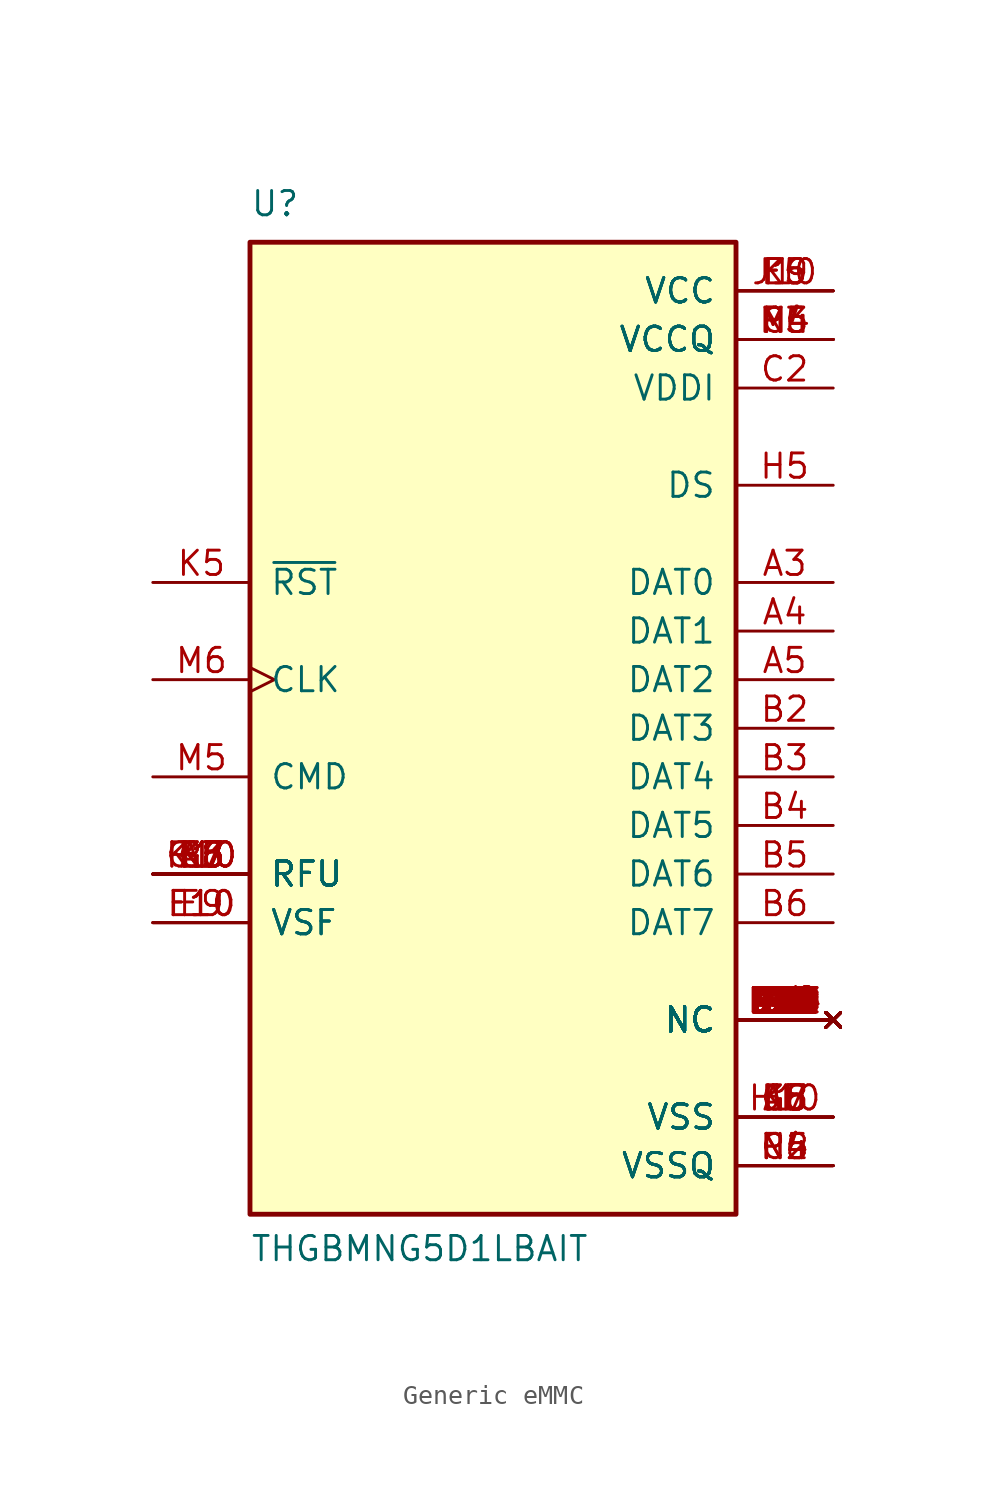
<source format=kicad_sym>
(kicad_symbol_lib
  (version 20231120)
  (generator "kicad_symbol_editor")
  (generator_version "8.0")
  (symbol "Generic eMMC"
    (pin_names
      (offset 1.016))
    (property "Reference" "U"
      (at -12.7 26.67 0)
      (effects (font (size 1.27 1.27)) (justify left bottom)))
    (property "Value" "THGBMNG5D1LBAIT"
      (at -12.7 -27.94 0)
      (effects (font (size 1.27 1.27)) (justify left bottom)))
    (symbol "Generic eMMC_0_0"
      (rectangle (start -12.7 -25.4) (end 12.7 25.4) (stroke (width 0.254) (type default)) (fill (type background)))
      (pin no_connect line (at 17.78 -15.24 180) (length 5.08) (name "NC" (effects (font (size 1.27 1.27)))) (number "A1" (effects (font (size 1.27 1.27)))))
      (pin no_connect line (at 17.78 -15.24 180) (length 5.08) (name "NC" (effects (font (size 1.27 1.27)))) (number "A10" (effects (font (size 1.27 1.27)))))
      (pin no_connect line (at 17.78 -15.24 180) (length 5.08) (name "NC" (effects (font (size 1.27 1.27)))) (number "A11" (effects (font (size 1.27 1.27)))))
      (pin no_connect line (at 17.78 -15.24 180) (length 5.08) (name "NC" (effects (font (size 1.27 1.27)))) (number "A12" (effects (font (size 1.27 1.27)))))
      (pin no_connect line (at 17.78 -15.24 180) (length 5.08) (name "NC" (effects (font (size 1.27 1.27)))) (number "A13" (effects (font (size 1.27 1.27)))))
      (pin no_connect line (at 17.78 -15.24 180) (length 5.08) (name "NC" (effects (font (size 1.27 1.27)))) (number "A14" (effects (font (size 1.27 1.27)))))
      (pin no_connect line (at 17.78 -15.24 180) (length 5.08) (name "NC" (effects (font (size 1.27 1.27)))) (number "A2" (effects (font (size 1.27 1.27)))))
      (pin bidirectional line (at 17.78 7.62 180) (length 5.08) (name "DAT0" (effects (font (size 1.27 1.27)))) (number "A3" (effects (font (size 1.27 1.27)))))
      (pin bidirectional line (at 17.78 5.08 180) (length 5.08) (name "DAT1" (effects (font (size 1.27 1.27)))) (number "A4" (effects (font (size 1.27 1.27)))))
      (pin bidirectional line (at 17.78 2.54 180) (length 5.08) (name "DAT2" (effects (font (size 1.27 1.27)))) (number "A5" (effects (font (size 1.27 1.27)))))
      (pin power_in line (at 17.78 -20.32 180) (length 5.08) (name "VSS" (effects (font (size 1.27 1.27)))) (number "A6" (effects (font (size 1.27 1.27)))))
      (pin passive line (at -17.78 -7.62 0) (length 5.08) (name "RFU" (effects (font (size 1.27 1.27)))) (number "A7" (effects (font (size 1.27 1.27)))))
      (pin no_connect line (at 17.78 -15.24 180) (length 5.08) (name "NC" (effects (font (size 1.27 1.27)))) (number "A8" (effects (font (size 1.27 1.27)))))
      (pin no_connect line (at 17.78 -15.24 180) (length 5.08) (name "NC" (effects (font (size 1.27 1.27)))) (number "A9" (effects (font (size 1.27 1.27)))))
      (pin no_connect line (at 17.78 -15.24 180) (length 5.08) (name "NC" (effects (font (size 1.27 1.27)))) (number "B1" (effects (font (size 1.27 1.27)))))
      (pin no_connect line (at 17.78 -15.24 180) (length 5.08) (name "NC" (effects (font (size 1.27 1.27)))) (number "B10" (effects (font (size 1.27 1.27)))))
      (pin no_connect line (at 17.78 -15.24 180) (length 5.08) (name "NC" (effects (font (size 1.27 1.27)))) (number "B11" (effects (font (size 1.27 1.27)))))
      (pin no_connect line (at 17.78 -15.24 180) (length 5.08) (name "NC" (effects (font (size 1.27 1.27)))) (number "B12" (effects (font (size 1.27 1.27)))))
      (pin no_connect line (at 17.78 -15.24 180) (length 5.08) (name "NC" (effects (font (size 1.27 1.27)))) (number "B13" (effects (font (size 1.27 1.27)))))
      (pin no_connect line (at 17.78 -15.24 180) (length 5.08) (name "NC" (effects (font (size 1.27 1.27)))) (number "B14" (effects (font (size 1.27 1.27)))))
      (pin bidirectional line (at 17.78 0 180) (length 5.08) (name "DAT3" (effects (font (size 1.27 1.27)))) (number "B2" (effects (font (size 1.27 1.27)))))
      (pin bidirectional line (at 17.78 -2.54 180) (length 5.08) (name "DAT4" (effects (font (size 1.27 1.27)))) (number "B3" (effects (font (size 1.27 1.27)))))
      (pin bidirectional line (at 17.78 -5.08 180) (length 5.08) (name "DAT5" (effects (font (size 1.27 1.27)))) (number "B4" (effects (font (size 1.27 1.27)))))
      (pin bidirectional line (at 17.78 -7.62 180) (length 5.08) (name "DAT6" (effects (font (size 1.27 1.27)))) (number "B5" (effects (font (size 1.27 1.27)))))
      (pin no_connect line (at 17.78 -15.24 180) (length 5.08) (name "NC" (effects (font (size 1.27 1.27)))) (number "B7" (effects (font (size 1.27 1.27)))))
      (pin no_connect line (at 17.78 -15.24 180) (length 5.08) (name "NC" (effects (font (size 1.27 1.27)))) (number "B8" (effects (font (size 1.27 1.27)))))
      (pin no_connect line (at 17.78 -15.24 180) (length 5.08) (name "NC" (effects (font (size 1.27 1.27)))) (number "B9" (effects (font (size 1.27 1.27)))))
      (pin no_connect line (at 17.78 -15.24 180) (length 5.08) (name "NC" (effects (font (size 1.27 1.27)))) (number "C1" (effects (font (size 1.27 1.27)))))
      (pin no_connect line (at 17.78 -15.24 180) (length 5.08) (name "NC" (effects (font (size 1.27 1.27)))) (number "C10" (effects (font (size 1.27 1.27)))))
      (pin no_connect line (at 17.78 -15.24 180) (length 5.08) (name "NC" (effects (font (size 1.27 1.27)))) (number "C11" (effects (font (size 1.27 1.27)))))
      (pin no_connect line (at 17.78 -15.24 180) (length 5.08) (name "NC" (effects (font (size 1.27 1.27)))) (number "C12" (effects (font (size 1.27 1.27)))))
      (pin no_connect line (at 17.78 -15.24 180) (length 5.08) (name "NC" (effects (font (size 1.27 1.27)))) (number "C13" (effects (font (size 1.27 1.27)))))
      (pin no_connect line (at 17.78 -15.24 180) (length 5.08) (name "NC" (effects (font (size 1.27 1.27)))) (number "C14" (effects (font (size 1.27 1.27)))))
      (pin power_in line (at 17.78 17.78 180) (length 5.08) (name "VDDI" (effects (font (size 1.27 1.27)))) (number "C2" (effects (font (size 1.27 1.27)))))
      (pin no_connect line (at 17.78 -15.24 180) (length 5.08) (name "NC" (effects (font (size 1.27 1.27)))) (number "C3" (effects (font (size 1.27 1.27)))))
      (pin power_in line (at 17.78 -22.86 180) (length 5.08) (name "VSSQ" (effects (font (size 1.27 1.27)))) (number "C4" (effects (font (size 1.27 1.27)))))
      (pin no_connect line (at 17.78 -15.24 180) (length 5.08) (name "NC" (effects (font (size 1.27 1.27)))) (number "C5" (effects (font (size 1.27 1.27)))))
      (pin power_in line (at 17.78 20.32 180) (length 5.08) (name "VCCQ" (effects (font (size 1.27 1.27)))) (number "C6" (effects (font (size 1.27 1.27)))))
      (pin no_connect line (at 17.78 -15.24 180) (length 5.08) (name "NC" (effects (font (size 1.27 1.27)))) (number "C7" (effects (font (size 1.27 1.27)))))
      (pin no_connect line (at 17.78 -15.24 180) (length 5.08) (name "NC" (effects (font (size 1.27 1.27)))) (number "C8" (effects (font (size 1.27 1.27)))))
      (pin no_connect line (at 17.78 -15.24 180) (length 5.08) (name "NC" (effects (font (size 1.27 1.27)))) (number "C9" (effects (font (size 1.27 1.27)))))
      (pin no_connect line (at 17.78 -15.24 180) (length 5.08) (name "NC" (effects (font (size 1.27 1.27)))) (number "D1" (effects (font (size 1.27 1.27)))))
      (pin no_connect line (at 17.78 -15.24 180) (length 5.08) (name "NC" (effects (font (size 1.27 1.27)))) (number "D12" (effects (font (size 1.27 1.27)))))
      (pin no_connect line (at 17.78 -15.24 180) (length 5.08) (name "NC" (effects (font (size 1.27 1.27)))) (number "D13" (effects (font (size 1.27 1.27)))))
      (pin no_connect line (at 17.78 -15.24 180) (length 5.08) (name "NC" (effects (font (size 1.27 1.27)))) (number "D14" (effects (font (size 1.27 1.27)))))
      (pin no_connect line (at 17.78 -15.24 180) (length 5.08) (name "NC" (effects (font (size 1.27 1.27)))) (number "D2" (effects (font (size 1.27 1.27)))))
      (pin no_connect line (at 17.78 -15.24 180) (length 5.08) (name "NC" (effects (font (size 1.27 1.27)))) (number "D3" (effects (font (size 1.27 1.27)))))
      (pin no_connect line (at 17.78 -15.24 180) (length 5.08) (name "NC" (effects (font (size 1.27 1.27)))) (number "D4" (effects (font (size 1.27 1.27)))))
      (pin no_connect line (at 17.78 -15.24 180) (length 5.08) (name "NC" (effects (font (size 1.27 1.27)))) (number "E1" (effects (font (size 1.27 1.27)))))
      (pin passive line (at -17.78 -10.16 0) (length 5.08) (name "VSF" (effects (font (size 1.27 1.27)))) (number "E10" (effects (font (size 1.27 1.27)))))
      (pin no_connect line (at 17.78 -15.24 180) (length 5.08) (name "NC" (effects (font (size 1.27 1.27)))) (number "E12" (effects (font (size 1.27 1.27)))))
      (pin no_connect line (at 17.78 -15.24 180) (length 5.08) (name "NC" (effects (font (size 1.27 1.27)))) (number "E13" (effects (font (size 1.27 1.27)))))
      (pin no_connect line (at 17.78 -15.24 180) (length 5.08) (name "NC" (effects (font (size 1.27 1.27)))) (number "E14" (effects (font (size 1.27 1.27)))))
      (pin no_connect line (at 17.78 -15.24 180) (length 5.08) (name "NC" (effects (font (size 1.27 1.27)))) (number "E2" (effects (font (size 1.27 1.27)))))
      (pin no_connect line (at 17.78 -15.24 180) (length 5.08) (name "NC" (effects (font (size 1.27 1.27)))) (number "E3" (effects (font (size 1.27 1.27)))))
      (pin passive line (at -17.78 -7.62 0) (length 5.08) (name "RFU" (effects (font (size 1.27 1.27)))) (number "E5" (effects (font (size 1.27 1.27)))))
      (pin power_in line (at 17.78 22.86 180) (length 5.08) (name "VCC" (effects (font (size 1.27 1.27)))) (number "E6" (effects (font (size 1.27 1.27)))))
      (pin power_in line (at 17.78 -20.32 180) (length 5.08) (name "VSS" (effects (font (size 1.27 1.27)))) (number "E7" (effects (font (size 1.27 1.27)))))
      (pin passive line (at -17.78 -7.62 0) (length 5.08) (name "RFU" (effects (font (size 1.27 1.27)))) (number "E8" (effects (font (size 1.27 1.27)))))
      (pin passive line (at -17.78 -10.16 0) (length 5.08) (name "VSF" (effects (font (size 1.27 1.27)))) (number "E9" (effects (font (size 1.27 1.27)))))
      (pin no_connect line (at 17.78 -15.24 180) (length 5.08) (name "NC" (effects (font (size 1.27 1.27)))) (number "F1" (effects (font (size 1.27 1.27)))))
      (pin passive line (at -17.78 -10.16 0) (length 5.08) (name "VSF" (effects (font (size 1.27 1.27)))) (number "F10" (effects (font (size 1.27 1.27)))))
      (pin no_connect line (at 17.78 -15.24 180) (length 5.08) (name "NC" (effects (font (size 1.27 1.27)))) (number "F12" (effects (font (size 1.27 1.27)))))
      (pin no_connect line (at 17.78 -15.24 180) (length 5.08) (name "NC" (effects (font (size 1.27 1.27)))) (number "F13" (effects (font (size 1.27 1.27)))))
      (pin no_connect line (at 17.78 -15.24 180) (length 5.08) (name "NC" (effects (font (size 1.27 1.27)))) (number "F14" (effects (font (size 1.27 1.27)))))
      (pin no_connect line (at 17.78 -15.24 180) (length 5.08) (name "NC" (effects (font (size 1.27 1.27)))) (number "F2" (effects (font (size 1.27 1.27)))))
      (pin no_connect line (at 17.78 -15.24 180) (length 5.08) (name "NC" (effects (font (size 1.27 1.27)))) (number "F3" (effects (font (size 1.27 1.27)))))
      (pin power_in line (at 17.78 22.86 180) (length 5.08) (name "VCC" (effects (font (size 1.27 1.27)))) (number "F5" (effects (font (size 1.27 1.27)))))
      (pin no_connect line (at 17.78 -15.24 180) (length 5.08) (name "NC" (effects (font (size 1.27 1.27)))) (number "G1" (effects (font (size 1.27 1.27)))))
      (pin passive line (at -17.78 -7.62 0) (length 5.08) (name "RFU" (effects (font (size 1.27 1.27)))) (number "G10" (effects (font (size 1.27 1.27)))))
      (pin no_connect line (at 17.78 -15.24 180) (length 5.08) (name "NC" (effects (font (size 1.27 1.27)))) (number "G12" (effects (font (size 1.27 1.27)))))
      (pin no_connect line (at 17.78 -15.24 180) (length 5.08) (name "NC" (effects (font (size 1.27 1.27)))) (number "G13" (effects (font (size 1.27 1.27)))))
      (pin no_connect line (at 17.78 -15.24 180) (length 5.08) (name "NC" (effects (font (size 1.27 1.27)))) (number "G14" (effects (font (size 1.27 1.27)))))
      (pin no_connect line (at 17.78 -15.24 180) (length 5.08) (name "NC" (effects (font (size 1.27 1.27)))) (number "G2" (effects (font (size 1.27 1.27)))))
      (pin passive line (at -17.78 -7.62 0) (length 5.08) (name "RFU" (effects (font (size 1.27 1.27)))) (number "G3" (effects (font (size 1.27 1.27)))))
      (pin power_in line (at 17.78 -20.32 180) (length 5.08) (name "VSS" (effects (font (size 1.27 1.27)))) (number "G5" (effects (font (size 1.27 1.27)))))
      (pin no_connect line (at 17.78 -15.24 180) (length 5.08) (name "NC" (effects (font (size 1.27 1.27)))) (number "H1" (effects (font (size 1.27 1.27)))))
      (pin power_in line (at 17.78 -20.32 180) (length 5.08) (name "VSS" (effects (font (size 1.27 1.27)))) (number "H10" (effects (font (size 1.27 1.27)))))
      (pin no_connect line (at 17.78 -15.24 180) (length 5.08) (name "NC" (effects (font (size 1.27 1.27)))) (number "H12" (effects (font (size 1.27 1.27)))))
      (pin no_connect line (at 17.78 -15.24 180) (length 5.08) (name "NC" (effects (font (size 1.27 1.27)))) (number "H13" (effects (font (size 1.27 1.27)))))
      (pin no_connect line (at 17.78 -15.24 180) (length 5.08) (name "NC" (effects (font (size 1.27 1.27)))) (number "H14" (effects (font (size 1.27 1.27)))))
      (pin no_connect line (at 17.78 -15.24 180) (length 5.08) (name "NC" (effects (font (size 1.27 1.27)))) (number "H2" (effects (font (size 1.27 1.27)))))
      (pin no_connect line (at 17.78 -15.24 180) (length 5.08) (name "NC" (effects (font (size 1.27 1.27)))) (number "H3" (effects (font (size 1.27 1.27)))))
      (pin output line (at 17.78 12.7 180) (length 5.08) (name "DS" (effects (font (size 1.27 1.27)))) (number "H5" (effects (font (size 1.27 1.27)))))
      (pin no_connect line (at 17.78 -15.24 180) (length 5.08) (name "NC" (effects (font (size 1.27 1.27)))) (number "J1" (effects (font (size 1.27 1.27)))))
      (pin power_in line (at 17.78 22.86 180) (length 5.08) (name "VCC" (effects (font (size 1.27 1.27)))) (number "J10" (effects (font (size 1.27 1.27)))))
      (pin no_connect line (at 17.78 -15.24 180) (length 5.08) (name "NC" (effects (font (size 1.27 1.27)))) (number "J12" (effects (font (size 1.27 1.27)))))
      (pin no_connect line (at 17.78 -15.24 180) (length 5.08) (name "NC" (effects (font (size 1.27 1.27)))) (number "J13" (effects (font (size 1.27 1.27)))))
      (pin no_connect line (at 17.78 -15.24 180) (length 5.08) (name "NC" (effects (font (size 1.27 1.27)))) (number "J14" (effects (font (size 1.27 1.27)))))
      (pin no_connect line (at 17.78 -15.24 180) (length 5.08) (name "NC" (effects (font (size 1.27 1.27)))) (number "J2" (effects (font (size 1.27 1.27)))))
      (pin no_connect line (at 17.78 -15.24 180) (length 5.08) (name "NC" (effects (font (size 1.27 1.27)))) (number "J3" (effects (font (size 1.27 1.27)))))
      (pin power_in line (at 17.78 -20.32 180) (length 5.08) (name "VSS" (effects (font (size 1.27 1.27)))) (number "J5" (effects (font (size 1.27 1.27)))))
      (pin no_connect line (at 17.78 -15.24 180) (length 5.08) (name "NC" (effects (font (size 1.27 1.27)))) (number "K1" (effects (font (size 1.27 1.27)))))
      (pin passive line (at -17.78 -7.62 0) (length 5.08) (name "RFU" (effects (font (size 1.27 1.27)))) (number "K10" (effects (font (size 1.27 1.27)))))
      (pin no_connect line (at 17.78 -15.24 180) (length 5.08) (name "NC" (effects (font (size 1.27 1.27)))) (number "K12" (effects (font (size 1.27 1.27)))))
      (pin no_connect line (at 17.78 -15.24 180) (length 5.08) (name "NC" (effects (font (size 1.27 1.27)))) (number "K13" (effects (font (size 1.27 1.27)))))
      (pin no_connect line (at 17.78 -15.24 180) (length 5.08) (name "NC" (effects (font (size 1.27 1.27)))) (number "K14" (effects (font (size 1.27 1.27)))))
      (pin no_connect line (at 17.78 -15.24 180) (length 5.08) (name "NC" (effects (font (size 1.27 1.27)))) (number "K2" (effects (font (size 1.27 1.27)))))
      (pin no_connect line (at 17.78 -15.24 180) (length 5.08) (name "NC" (effects (font (size 1.27 1.27)))) (number "K3" (effects (font (size 1.27 1.27)))))
      (pin input line (at -17.78 7.62 0) (length 5.08) (name "~{RST}" (effects (font (size 1.27 1.27)))) (number "K5" (effects (font (size 1.27 1.27)))))
      (pin passive line (at -17.78 -7.62 0) (length 5.08) (name "RFU" (effects (font (size 1.27 1.27)))) (number "K6" (effects (font (size 1.27 1.27)))))
      (pin passive line (at -17.78 -7.62 0) (length 5.08) (name "RFU" (effects (font (size 1.27 1.27)))) (number "K7" (effects (font (size 1.27 1.27)))))
      (pin power_in line (at 17.78 -20.32 180) (length 5.08) (name "VSS" (effects (font (size 1.27 1.27)))) (number "K8" (effects (font (size 1.27 1.27)))))
      (pin power_in line (at 17.78 22.86 180) (length 5.08) (name "VCC" (effects (font (size 1.27 1.27)))) (number "K9" (effects (font (size 1.27 1.27)))))
      (pin no_connect line (at 17.78 -15.24 180) (length 5.08) (name "NC" (effects (font (size 1.27 1.27)))) (number "L1" (effects (font (size 1.27 1.27)))))
      (pin no_connect line (at 17.78 -15.24 180) (length 5.08) (name "NC" (effects (font (size 1.27 1.27)))) (number "L12" (effects (font (size 1.27 1.27)))))
      (pin no_connect line (at 17.78 -15.24 180) (length 5.08) (name "NC" (effects (font (size 1.27 1.27)))) (number "L13" (effects (font (size 1.27 1.27)))))
      (pin no_connect line (at 17.78 -15.24 180) (length 5.08) (name "NC" (effects (font (size 1.27 1.27)))) (number "L14" (effects (font (size 1.27 1.27)))))
      (pin no_connect line (at 17.78 -15.24 180) (length 5.08) (name "NC" (effects (font (size 1.27 1.27)))) (number "L2" (effects (font (size 1.27 1.27)))))
      (pin no_connect line (at 17.78 -15.24 180) (length 5.08) (name "NC" (effects (font (size 1.27 1.27)))) (number "L3" (effects (font (size 1.27 1.27)))))
      (pin no_connect line (at 17.78 -15.24 180) (length 5.08) (name "NC" (effects (font (size 1.27 1.27)))) (number "M1" (effects (font (size 1.27 1.27)))))
      (pin no_connect line (at 17.78 -15.24 180) (length 5.08) (name "NC" (effects (font (size 1.27 1.27)))) (number "M10" (effects (font (size 1.27 1.27)))))
      (pin no_connect line (at 17.78 -15.24 180) (length 5.08) (name "NC" (effects (font (size 1.27 1.27)))) (number "M11" (effects (font (size 1.27 1.27)))))
      (pin no_connect line (at 17.78 -15.24 180) (length 5.08) (name "NC" (effects (font (size 1.27 1.27)))) (number "M12" (effects (font (size 1.27 1.27)))))
      (pin no_connect line (at 17.78 -15.24 180) (length 5.08) (name "NC" (effects (font (size 1.27 1.27)))) (number "M13" (effects (font (size 1.27 1.27)))))
      (pin no_connect line (at 17.78 -15.24 180) (length 5.08) (name "NC" (effects (font (size 1.27 1.27)))) (number "M14" (effects (font (size 1.27 1.27)))))
      (pin no_connect line (at 17.78 -15.24 180) (length 5.08) (name "NC" (effects (font (size 1.27 1.27)))) (number "M2" (effects (font (size 1.27 1.27)))))
      (pin no_connect line (at 17.78 -15.24 180) (length 5.08) (name "NC" (effects (font (size 1.27 1.27)))) (number "M3" (effects (font (size 1.27 1.27)))))
      (pin power_in line (at 17.78 20.32 180) (length 5.08) (name "VCCQ" (effects (font (size 1.27 1.27)))) (number "M4" (effects (font (size 1.27 1.27)))))
      (pin bidirectional line (at -17.78 -2.54 0) (length 5.08) (name "CMD" (effects (font (size 1.27 1.27)))) (number "M5" (effects (font (size 1.27 1.27)))))
      (pin input clock (at -17.78 2.54 0) (length 5.08) (name "CLK" (effects (font (size 1.27 1.27)))) (number "M6" (effects (font (size 1.27 1.27)))))
      (pin no_connect line (at 17.78 -15.24 180) (length 5.08) (name "NC" (effects (font (size 1.27 1.27)))) (number "M7" (effects (font (size 1.27 1.27)))))
      (pin no_connect line (at 17.78 -15.24 180) (length 5.08) (name "NC" (effects (font (size 1.27 1.27)))) (number "M8" (effects (font (size 1.27 1.27)))))
      (pin no_connect line (at 17.78 -15.24 180) (length 5.08) (name "NC" (effects (font (size 1.27 1.27)))) (number "M9" (effects (font (size 1.27 1.27)))))
      (pin no_connect line (at 17.78 -15.24 180) (length 5.08) (name "NC" (effects (font (size 1.27 1.27)))) (number "N1" (effects (font (size 1.27 1.27)))))
      (pin no_connect line (at 17.78 -15.24 180) (length 5.08) (name "NC" (effects (font (size 1.27 1.27)))) (number "N10" (effects (font (size 1.27 1.27)))))
      (pin no_connect line (at 17.78 -15.24 180) (length 5.08) (name "NC" (effects (font (size 1.27 1.27)))) (number "N11" (effects (font (size 1.27 1.27)))))
      (pin no_connect line (at 17.78 -15.24 180) (length 5.08) (name "NC" (effects (font (size 1.27 1.27)))) (number "N12" (effects (font (size 1.27 1.27)))))
      (pin no_connect line (at 17.78 -15.24 180) (length 5.08) (name "NC" (effects (font (size 1.27 1.27)))) (number "N13" (effects (font (size 1.27 1.27)))))
      (pin no_connect line (at 17.78 -15.24 180) (length 5.08) (name "NC" (effects (font (size 1.27 1.27)))) (number "N14" (effects (font (size 1.27 1.27)))))
      (pin power_in line (at 17.78 -22.86 180) (length 5.08) (name "VSSQ" (effects (font (size 1.27 1.27)))) (number "N2" (effects (font (size 1.27 1.27)))))
      (pin no_connect line (at 17.78 -15.24 180) (length 5.08) (name "NC" (effects (font (size 1.27 1.27)))) (number "N3" (effects (font (size 1.27 1.27)))))
      (pin power_in line (at 17.78 20.32 180) (length 5.08) (name "VCCQ" (effects (font (size 1.27 1.27)))) (number "N4" (effects (font (size 1.27 1.27)))))
      (pin power_in line (at 17.78 -22.86 180) (length 5.08) (name "VSSQ" (effects (font (size 1.27 1.27)))) (number "N5" (effects (font (size 1.27 1.27)))))
      (pin no_connect line (at 17.78 -15.24 180) (length 5.08) (name "NC" (effects (font (size 1.27 1.27)))) (number "N6" (effects (font (size 1.27 1.27)))))
      (pin no_connect line (at 17.78 -15.24 180) (length 5.08) (name "NC" (effects (font (size 1.27 1.27)))) (number "N7" (effects (font (size 1.27 1.27)))))
      (pin no_connect line (at 17.78 -15.24 180) (length 5.08) (name "NC" (effects (font (size 1.27 1.27)))) (number "N8" (effects (font (size 1.27 1.27)))))
      (pin no_connect line (at 17.78 -15.24 180) (length 5.08) (name "NC" (effects (font (size 1.27 1.27)))) (number "N9" (effects (font (size 1.27 1.27)))))
      (pin no_connect line (at 17.78 -15.24 180) (length 5.08) (name "NC" (effects (font (size 1.27 1.27)))) (number "P1" (effects (font (size 1.27 1.27)))))
      (pin passive line (at -17.78 -7.62 0) (length 5.08) (name "RFU" (effects (font (size 1.27 1.27)))) (number "P10" (effects (font (size 1.27 1.27)))))
      (pin no_connect line (at 17.78 -15.24 180) (length 5.08) (name "NC" (effects (font (size 1.27 1.27)))) (number "P11" (effects (font (size 1.27 1.27)))))
      (pin no_connect line (at 17.78 -15.24 180) (length 5.08) (name "NC" (effects (font (size 1.27 1.27)))) (number "P12" (effects (font (size 1.27 1.27)))))
      (pin no_connect line (at 17.78 -15.24 180) (length 5.08) (name "NC" (effects (font (size 1.27 1.27)))) (number "P13" (effects (font (size 1.27 1.27)))))
      (pin no_connect line (at 17.78 -15.24 180) (length 5.08) (name "NC" (effects (font (size 1.27 1.27)))) (number "P14" (effects (font (size 1.27 1.27)))))
      (pin no_connect line (at 17.78 -15.24 180) (length 5.08) (name "NC" (effects (font (size 1.27 1.27)))) (number "P2" (effects (font (size 1.27 1.27)))))
      (pin power_in line (at 17.78 20.32 180) (length 5.08) (name "VCCQ" (effects (font (size 1.27 1.27)))) (number "P3" (effects (font (size 1.27 1.27)))))
      (pin power_in line (at 17.78 -22.86 180) (length 5.08) (name "VSSQ" (effects (font (size 1.27 1.27)))) (number "P4" (effects (font (size 1.27 1.27)))))
      (pin power_in line (at 17.78 20.32 180) (length 5.08) (name "VCCQ" (effects (font (size 1.27 1.27)))) (number "P5" (effects (font (size 1.27 1.27)))))
      (pin power_in line (at 17.78 -22.86 180) (length 5.08) (name "VSSQ" (effects (font (size 1.27 1.27)))) (number "P6" (effects (font (size 1.27 1.27)))))
      (pin passive line (at -17.78 -7.62 0) (length 5.08) (name "RFU" (effects (font (size 1.27 1.27)))) (number "P7" (effects (font (size 1.27 1.27)))))
      (pin no_connect line (at 17.78 -15.24 180) (length 5.08) (name "NC" (effects (font (size 1.27 1.27)))) (number "P8" (effects (font (size 1.27 1.27)))))
      (pin no_connect line (at 17.78 -15.24 180) (length 5.08) (name "NC" (effects (font (size 1.27 1.27)))) (number "P9" (effects (font (size 1.27 1.27))))))
    (symbol "Generic eMMC_1_0"
      (pin bidirectional line (at 17.78 -10.16 180) (length 5.08) (name "DAT7" (effects (font (size 1.27 1.27)))) (number "B6" (effects (font (size 1.27 1.27))))))))
</source>
